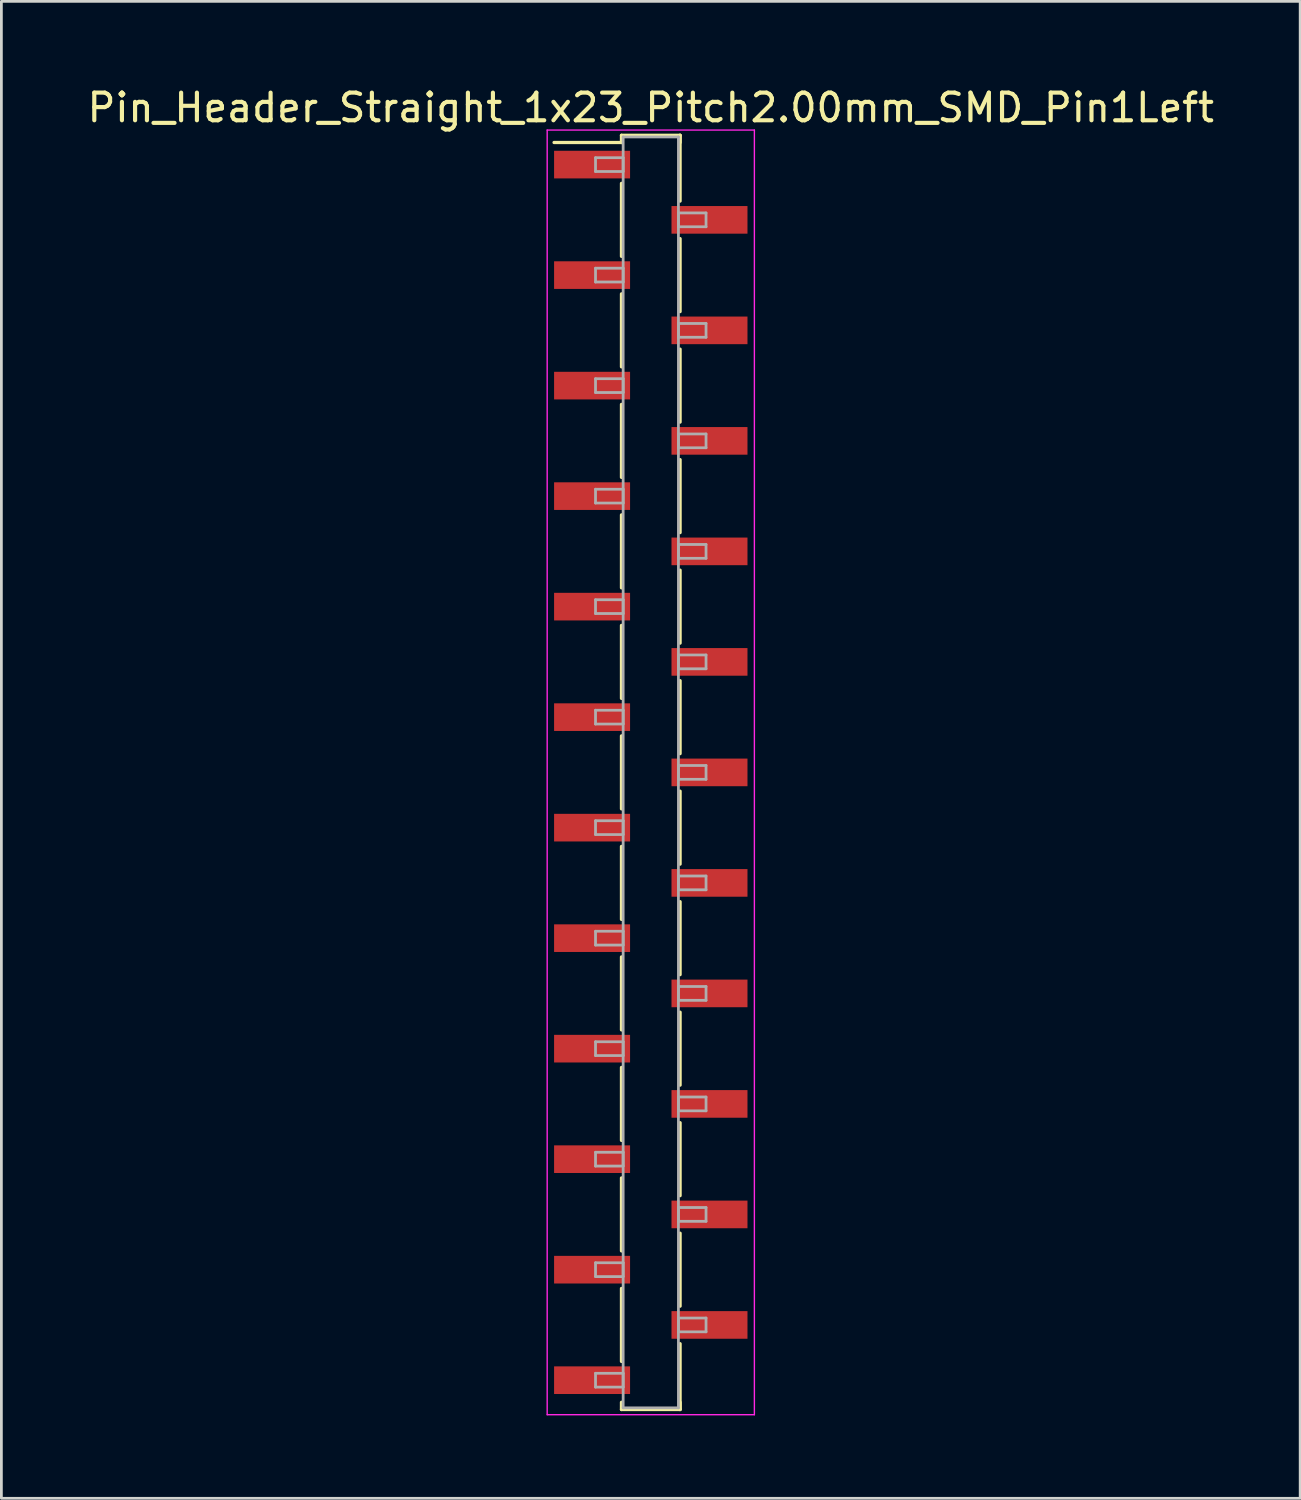
<source format=kicad_pcb>
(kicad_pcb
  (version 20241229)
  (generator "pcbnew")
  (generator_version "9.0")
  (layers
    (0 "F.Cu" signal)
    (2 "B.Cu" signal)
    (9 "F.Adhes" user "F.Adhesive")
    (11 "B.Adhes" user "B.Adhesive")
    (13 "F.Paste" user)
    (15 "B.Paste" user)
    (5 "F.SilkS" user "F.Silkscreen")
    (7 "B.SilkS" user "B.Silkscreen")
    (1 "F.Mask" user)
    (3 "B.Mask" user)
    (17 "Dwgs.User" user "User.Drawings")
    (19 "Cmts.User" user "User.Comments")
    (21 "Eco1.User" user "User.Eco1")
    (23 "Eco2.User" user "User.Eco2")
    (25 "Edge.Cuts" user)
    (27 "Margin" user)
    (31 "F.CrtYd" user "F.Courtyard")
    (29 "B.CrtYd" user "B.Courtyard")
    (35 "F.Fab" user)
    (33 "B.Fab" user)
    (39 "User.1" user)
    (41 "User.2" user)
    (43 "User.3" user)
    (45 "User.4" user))
  (footprint "Pin_Header_Straight_1x23_Pitch2.00mm_SMD_Pin1Left"
    (layer "F.Cu")
    (at 20.506 24.908)
    (property "Reference" "Pin_Header_Straight_1x23_Pitch2.00mm_SMD_Pin1Left" (at 0 -24.06 0) (layer "F.SilkS") (effects (font (size 1 1) (thickness 0.15))))
    (attr smd)
    (fp_line (start -1.06 -23.06) (end 1.06 -23.06) (stroke (width 0.12) (type solid)) (layer "F.SilkS"))
    (fp_line (start -1.06 -22.8) (end -3.5 -22.8) (stroke (width 0.12) (type solid)) (layer "F.SilkS"))
    (fp_line (start -1.06 -22.8) (end -1.06 -23.06) (stroke (width 0.12) (type solid)) (layer "F.SilkS"))
    (fp_line (start -1.06 -21.32) (end -1.06 -18.68) (stroke (width 0.12) (type solid)) (layer "F.SilkS"))
    (fp_line (start -1.06 -17.32) (end -1.06 -14.68) (stroke (width 0.12) (type solid)) (layer "F.SilkS"))
    (fp_line (start -1.06 -13.32) (end -1.06 -10.68) (stroke (width 0.12) (type solid)) (layer "F.SilkS"))
    (fp_line (start -1.06 -9.32) (end -1.06 -6.68) (stroke (width 0.12) (type solid)) (layer "F.SilkS"))
    (fp_line (start -1.06 -5.32) (end -1.06 -2.68) (stroke (width 0.12) (type solid)) (layer "F.SilkS"))
    (fp_line (start -1.06 -1.32) (end -1.06 1.32) (stroke (width 0.12) (type solid)) (layer "F.SilkS"))
    (fp_line (start -1.06 2.68) (end -1.06 5.32) (stroke (width 0.12) (type solid)) (layer "F.SilkS"))
    (fp_line (start -1.06 6.68) (end -1.06 9.32) (stroke (width 0.12) (type solid)) (layer "F.SilkS"))
    (fp_line (start -1.06 10.68) (end -1.06 13.32) (stroke (width 0.12) (type solid)) (layer "F.SilkS"))
    (fp_line (start -1.06 14.68) (end -1.06 17.32) (stroke (width 0.12) (type solid)) (layer "F.SilkS"))
    (fp_line (start -1.06 18.68) (end -1.06 21.32) (stroke (width 0.12) (type solid)) (layer "F.SilkS"))
    (fp_line (start -1.06 22.8) (end -1.06 23.06) (stroke (width 0.12) (type solid)) (layer "F.SilkS"))
    (fp_line (start -1.06 23.06) (end 1.06 23.06) (stroke (width 0.12) (type solid)) (layer "F.SilkS"))
    (fp_line (start 1.06 -23.06) (end 1.06 -22.8) (stroke (width 0.12) (type solid)) (layer "F.SilkS"))
    (fp_line (start 1.06 -23.06) (end 1.06 -20.68) (stroke (width 0.12) (type solid)) (layer "F.SilkS"))
    (fp_line (start 1.06 -19.32) (end 1.06 -16.68) (stroke (width 0.12) (type solid)) (layer "F.SilkS"))
    (fp_line (start 1.06 -15.32) (end 1.06 -12.68) (stroke (width 0.12) (type solid)) (layer "F.SilkS"))
    (fp_line (start 1.06 -11.32) (end 1.06 -8.68) (stroke (width 0.12) (type solid)) (layer "F.SilkS"))
    (fp_line (start 1.06 -7.32) (end 1.06 -4.68) (stroke (width 0.12) (type solid)) (layer "F.SilkS"))
    (fp_line (start 1.06 -3.32) (end 1.06 -0.68) (stroke (width 0.12) (type solid)) (layer "F.SilkS"))
    (fp_line (start 1.06 0.68) (end 1.06 3.32) (stroke (width 0.12) (type solid)) (layer "F.SilkS"))
    (fp_line (start 1.06 4.68) (end 1.06 7.32) (stroke (width 0.12) (type solid)) (layer "F.SilkS"))
    (fp_line (start 1.06 8.68) (end 1.06 11.32) (stroke (width 0.12) (type solid)) (layer "F.SilkS"))
    (fp_line (start 1.06 12.68) (end 1.06 15.32) (stroke (width 0.12) (type solid)) (layer "F.SilkS"))
    (fp_line (start 1.06 16.68) (end 1.06 19.32) (stroke (width 0.12) (type solid)) (layer "F.SilkS"))
    (fp_line (start 1.06 20.68) (end 1.06 23.06) (stroke (width 0.12) (type solid)) (layer "F.SilkS"))
    (fp_line (start 1.06 23.06) (end 1.06 22.8) (stroke (width 0.12) (type solid)) (layer "F.SilkS"))
    (fp_line (start -3.75 -23.25) (end -3.75 23.25) (stroke (width 0.05) (type solid)) (layer "F.CrtYd"))
    (fp_line (start -3.75 23.25) (end 3.75 23.25) (stroke (width 0.05) (type solid)) (layer "F.CrtYd"))
    (fp_line (start 3.75 -23.25) (end -3.75 -23.25) (stroke (width 0.05) (type solid)) (layer "F.CrtYd"))
    (fp_line (start 3.75 23.25) (end 3.75 -23.25) (stroke (width 0.05) (type solid)) (layer "F.CrtYd"))
    (fp_line (start -2 -22.25) (end -1 -22.25) (stroke (width 0.1) (type solid)) (layer "F.Fab"))
    (fp_line (start -2 -21.75) (end -2 -22.25) (stroke (width 0.1) (type solid)) (layer "F.Fab"))
    (fp_line (start -2 -18.25) (end -1 -18.25) (stroke (width 0.1) (type solid)) (layer "F.Fab"))
    (fp_line (start -2 -17.75) (end -2 -18.25) (stroke (width 0.1) (type solid)) (layer "F.Fab"))
    (fp_line (start -2 -14.25) (end -1 -14.25) (stroke (width 0.1) (type solid)) (layer "F.Fab"))
    (fp_line (start -2 -13.75) (end -2 -14.25) (stroke (width 0.1) (type solid)) (layer "F.Fab"))
    (fp_line (start -2 -10.25) (end -1 -10.25) (stroke (width 0.1) (type solid)) (layer "F.Fab"))
    (fp_line (start -2 -9.75) (end -2 -10.25) (stroke (width 0.1) (type solid)) (layer "F.Fab"))
    (fp_line (start -2 -6.25) (end -1 -6.25) (stroke (width 0.1) (type solid)) (layer "F.Fab"))
    (fp_line (start -2 -5.75) (end -2 -6.25) (stroke (width 0.1) (type solid)) (layer "F.Fab"))
    (fp_line (start -2 -2.25) (end -1 -2.25) (stroke (width 0.1) (type solid)) (layer "F.Fab"))
    (fp_line (start -2 -1.75) (end -2 -2.25) (stroke (width 0.1) (type solid)) (layer "F.Fab"))
    (fp_line (start -2 1.75) (end -1 1.75) (stroke (width 0.1) (type solid)) (layer "F.Fab"))
    (fp_line (start -2 2.25) (end -2 1.75) (stroke (width 0.1) (type solid)) (layer "F.Fab"))
    (fp_line (start -2 5.75) (end -1 5.75) (stroke (width 0.1) (type solid)) (layer "F.Fab"))
    (fp_line (start -2 6.25) (end -2 5.75) (stroke (width 0.1) (type solid)) (layer "F.Fab"))
    (fp_line (start -2 9.75) (end -1 9.75) (stroke (width 0.1) (type solid)) (layer "F.Fab"))
    (fp_line (start -2 10.25) (end -2 9.75) (stroke (width 0.1) (type solid)) (layer "F.Fab"))
    (fp_line (start -2 13.75) (end -1 13.75) (stroke (width 0.1) (type solid)) (layer "F.Fab"))
    (fp_line (start -2 14.25) (end -2 13.75) (stroke (width 0.1) (type solid)) (layer "F.Fab"))
    (fp_line (start -2 17.75) (end -1 17.75) (stroke (width 0.1) (type solid)) (layer "F.Fab"))
    (fp_line (start -2 18.25) (end -2 17.75) (stroke (width 0.1) (type solid)) (layer "F.Fab"))
    (fp_line (start -2 21.75) (end -1 21.75) (stroke (width 0.1) (type solid)) (layer "F.Fab"))
    (fp_line (start -2 22.25) (end -2 21.75) (stroke (width 0.1) (type solid)) (layer "F.Fab"))
    (fp_line (start -1 -23) (end -1 23) (stroke (width 0.1) (type solid)) (layer "F.Fab"))
    (fp_line (start -1 -22.25) (end -1 -21.75) (stroke (width 0.1) (type solid)) (layer "F.Fab"))
    (fp_line (start -1 -21.75) (end -2 -21.75) (stroke (width 0.1) (type solid)) (layer "F.Fab"))
    (fp_line (start -1 -18.25) (end -1 -17.75) (stroke (width 0.1) (type solid)) (layer "F.Fab"))
    (fp_line (start -1 -17.75) (end -2 -17.75) (stroke (width 0.1) (type solid)) (layer "F.Fab"))
    (fp_line (start -1 -14.25) (end -1 -13.75) (stroke (width 0.1) (type solid)) (layer "F.Fab"))
    (fp_line (start -1 -13.75) (end -2 -13.75) (stroke (width 0.1) (type solid)) (layer "F.Fab"))
    (fp_line (start -1 -10.25) (end -1 -9.75) (stroke (width 0.1) (type solid)) (layer "F.Fab"))
    (fp_line (start -1 -9.75) (end -2 -9.75) (stroke (width 0.1) (type solid)) (layer "F.Fab"))
    (fp_line (start -1 -6.25) (end -1 -5.75) (stroke (width 0.1) (type solid)) (layer "F.Fab"))
    (fp_line (start -1 -5.75) (end -2 -5.75) (stroke (width 0.1) (type solid)) (layer "F.Fab"))
    (fp_line (start -1 -2.25) (end -1 -1.75) (stroke (width 0.1) (type solid)) (layer "F.Fab"))
    (fp_line (start -1 -1.75) (end -2 -1.75) (stroke (width 0.1) (type solid)) (layer "F.Fab"))
    (fp_line (start -1 1.75) (end -1 2.25) (stroke (width 0.1) (type solid)) (layer "F.Fab"))
    (fp_line (start -1 2.25) (end -2 2.25) (stroke (width 0.1) (type solid)) (layer "F.Fab"))
    (fp_line (start -1 5.75) (end -1 6.25) (stroke (width 0.1) (type solid)) (layer "F.Fab"))
    (fp_line (start -1 6.25) (end -2 6.25) (stroke (width 0.1) (type solid)) (layer "F.Fab"))
    (fp_line (start -1 9.75) (end -1 10.25) (stroke (width 0.1) (type solid)) (layer "F.Fab"))
    (fp_line (start -1 10.25) (end -2 10.25) (stroke (width 0.1) (type solid)) (layer "F.Fab"))
    (fp_line (start -1 13.75) (end -1 14.25) (stroke (width 0.1) (type solid)) (layer "F.Fab"))
    (fp_line (start -1 14.25) (end -2 14.25) (stroke (width 0.1) (type solid)) (layer "F.Fab"))
    (fp_line (start -1 17.75) (end -1 18.25) (stroke (width 0.1) (type solid)) (layer "F.Fab"))
    (fp_line (start -1 18.25) (end -2 18.25) (stroke (width 0.1) (type solid)) (layer "F.Fab"))
    (fp_line (start -1 21.75) (end -1 22.25) (stroke (width 0.1) (type solid)) (layer "F.Fab"))
    (fp_line (start -1 22.25) (end -2 22.25) (stroke (width 0.1) (type solid)) (layer "F.Fab"))
    (fp_line (start -1 23) (end 1 23) (stroke (width 0.1) (type solid)) (layer "F.Fab"))
    (fp_line (start 1 -23) (end -1 -23) (stroke (width 0.1) (type solid)) (layer "F.Fab"))
    (fp_line (start 1 -20.25) (end 1 -19.75) (stroke (width 0.1) (type solid)) (layer "F.Fab"))
    (fp_line (start 1 -19.75) (end 2 -19.75) (stroke (width 0.1) (type solid)) (layer "F.Fab"))
    (fp_line (start 1 -16.25) (end 1 -15.75) (stroke (width 0.1) (type solid)) (layer "F.Fab"))
    (fp_line (start 1 -15.75) (end 2 -15.75) (stroke (width 0.1) (type solid)) (layer "F.Fab"))
    (fp_line (start 1 -12.25) (end 1 -11.75) (stroke (width 0.1) (type solid)) (layer "F.Fab"))
    (fp_line (start 1 -11.75) (end 2 -11.75) (stroke (width 0.1) (type solid)) (layer "F.Fab"))
    (fp_line (start 1 -8.25) (end 1 -7.75) (stroke (width 0.1) (type solid)) (layer "F.Fab"))
    (fp_line (start 1 -7.75) (end 2 -7.75) (stroke (width 0.1) (type solid)) (layer "F.Fab"))
    (fp_line (start 1 -4.25) (end 1 -3.75) (stroke (width 0.1) (type solid)) (layer "F.Fab"))
    (fp_line (start 1 -3.75) (end 2 -3.75) (stroke (width 0.1) (type solid)) (layer "F.Fab"))
    (fp_line (start 1 -0.25) (end 1 0.25) (stroke (width 0.1) (type solid)) (layer "F.Fab"))
    (fp_line (start 1 0.25) (end 2 0.25) (stroke (width 0.1) (type solid)) (layer "F.Fab"))
    (fp_line (start 1 3.75) (end 1 4.25) (stroke (width 0.1) (type solid)) (layer "F.Fab"))
    (fp_line (start 1 4.25) (end 2 4.25) (stroke (width 0.1) (type solid)) (layer "F.Fab"))
    (fp_line (start 1 7.75) (end 1 8.25) (stroke (width 0.1) (type solid)) (layer "F.Fab"))
    (fp_line (start 1 8.25) (end 2 8.25) (stroke (width 0.1) (type solid)) (layer "F.Fab"))
    (fp_line (start 1 11.75) (end 1 12.25) (stroke (width 0.1) (type solid)) (layer "F.Fab"))
    (fp_line (start 1 12.25) (end 2 12.25) (stroke (width 0.1) (type solid)) (layer "F.Fab"))
    (fp_line (start 1 15.75) (end 1 16.25) (stroke (width 0.1) (type solid)) (layer "F.Fab"))
    (fp_line (start 1 16.25) (end 2 16.25) (stroke (width 0.1) (type solid)) (layer "F.Fab"))
    (fp_line (start 1 19.75) (end 1 20.25) (stroke (width 0.1) (type solid)) (layer "F.Fab"))
    (fp_line (start 1 20.25) (end 2 20.25) (stroke (width 0.1) (type solid)) (layer "F.Fab"))
    (fp_line (start 1 23) (end 1 -23) (stroke (width 0.1) (type solid)) (layer "F.Fab"))
    (fp_line (start 2 -20.25) (end 1 -20.25) (stroke (width 0.1) (type solid)) (layer "F.Fab"))
    (fp_line (start 2 -19.75) (end 2 -20.25) (stroke (width 0.1) (type solid)) (layer "F.Fab"))
    (fp_line (start 2 -16.25) (end 1 -16.25) (stroke (width 0.1) (type solid)) (layer "F.Fab"))
    (fp_line (start 2 -15.75) (end 2 -16.25) (stroke (width 0.1) (type solid)) (layer "F.Fab"))
    (fp_line (start 2 -12.25) (end 1 -12.25) (stroke (width 0.1) (type solid)) (layer "F.Fab"))
    (fp_line (start 2 -11.75) (end 2 -12.25) (stroke (width 0.1) (type solid)) (layer "F.Fab"))
    (fp_line (start 2 -8.25) (end 1 -8.25) (stroke (width 0.1) (type solid)) (layer "F.Fab"))
    (fp_line (start 2 -7.75) (end 2 -8.25) (stroke (width 0.1) (type solid)) (layer "F.Fab"))
    (fp_line (start 2 -4.25) (end 1 -4.25) (stroke (width 0.1) (type solid)) (layer "F.Fab"))
    (fp_line (start 2 -3.75) (end 2 -4.25) (stroke (width 0.1) (type solid)) (layer "F.Fab"))
    (fp_line (start 2 -0.25) (end 1 -0.25) (stroke (width 0.1) (type solid)) (layer "F.Fab"))
    (fp_line (start 2 0.25) (end 2 -0.25) (stroke (width 0.1) (type solid)) (layer "F.Fab"))
    (fp_line (start 2 3.75) (end 1 3.75) (stroke (width 0.1) (type solid)) (layer "F.Fab"))
    (fp_line (start 2 4.25) (end 2 3.75) (stroke (width 0.1) (type solid)) (layer "F.Fab"))
    (fp_line (start 2 7.75) (end 1 7.75) (stroke (width 0.1) (type solid)) (layer "F.Fab"))
    (fp_line (start 2 8.25) (end 2 7.75) (stroke (width 0.1) (type solid)) (layer "F.Fab"))
    (fp_line (start 2 11.75) (end 1 11.75) (stroke (width 0.1) (type solid)) (layer "F.Fab"))
    (fp_line (start 2 12.25) (end 2 11.75) (stroke (width 0.1) (type solid)) (layer "F.Fab"))
    (fp_line (start 2 15.75) (end 1 15.75) (stroke (width 0.1) (type solid)) (layer "F.Fab"))
    (fp_line (start 2 16.25) (end 2 15.75) (stroke (width 0.1) (type solid)) (layer "F.Fab"))
    (fp_line (start 2 19.75) (end 1 19.75) (stroke (width 0.1) (type solid)) (layer "F.Fab"))
    (fp_line (start 2 20.25) (end 2 19.75) (stroke (width 0.1) (type solid)) (layer "F.Fab"))
    (pad "1" smd rect (at -2.125 -22) (size 2.75 1) (layers "F.Cu" "F.Mask"))
    (pad "2" smd rect (at 2.125 -20) (size 2.75 1) (layers "F.Cu" "F.Mask"))
    (pad "3" smd rect (at -2.125 -18) (size 2.75 1) (layers "F.Cu" "F.Mask"))
    (pad "4" smd rect (at 2.125 -16) (size 2.75 1) (layers "F.Cu" "F.Mask"))
    (pad "5" smd rect (at -2.125 -14) (size 2.75 1) (layers "F.Cu" "F.Mask"))
    (pad "6" smd rect (at 2.125 -12) (size 2.75 1) (layers "F.Cu" "F.Mask"))
    (pad "7" smd rect (at -2.125 -10) (size 2.75 1) (layers "F.Cu" "F.Mask"))
    (pad "8" smd rect (at 2.125 -8) (size 2.75 1) (layers "F.Cu" "F.Mask"))
    (pad "9" smd rect (at -2.125 -6) (size 2.75 1) (layers "F.Cu" "F.Mask"))
    (pad "10" smd rect (at 2.125 -4) (size 2.75 1) (layers "F.Cu" "F.Mask"))
    (pad "11" smd rect (at -2.125 -2) (size 2.75 1) (layers "F.Cu" "F.Mask"))
    (pad "12" smd rect (at 2.125 0) (size 2.75 1) (layers "F.Cu" "F.Mask"))
    (pad "13" smd rect (at -2.125 2) (size 2.75 1) (layers "F.Cu" "F.Mask"))
    (pad "14" smd rect (at 2.125 4) (size 2.75 1) (layers "F.Cu" "F.Mask"))
    (pad "15" smd rect (at -2.125 6) (size 2.75 1) (layers "F.Cu" "F.Mask"))
    (pad "16" smd rect (at 2.125 8) (size 2.75 1) (layers "F.Cu" "F.Mask"))
    (pad "17" smd rect (at -2.125 10) (size 2.75 1) (layers "F.Cu" "F.Mask"))
    (pad "18" smd rect (at 2.125 12) (size 2.75 1) (layers "F.Cu" "F.Mask"))
    (pad "19" smd rect (at -2.125 14) (size 2.75 1) (layers "F.Cu" "F.Mask"))
    (pad "20" smd rect (at 2.125 16) (size 2.75 1) (layers "F.Cu" "F.Mask"))
    (pad "21" smd rect (at -2.125 18) (size 2.75 1) (layers "F.Cu" "F.Mask"))
    (pad "22" smd rect (at 2.125 20) (size 2.75 1) (layers "F.Cu" "F.Mask"))
    (pad "23" smd rect (at -2.125 22) (size 2.75 1) (layers "F.Cu" "F.Mask")))
  (gr_rect
    (start -3 -3)
    (end 44.012 51.183)
    (stroke (width 0.1) (type default))
    (fill no)
    (layer "Edge.Cuts")))
</source>
